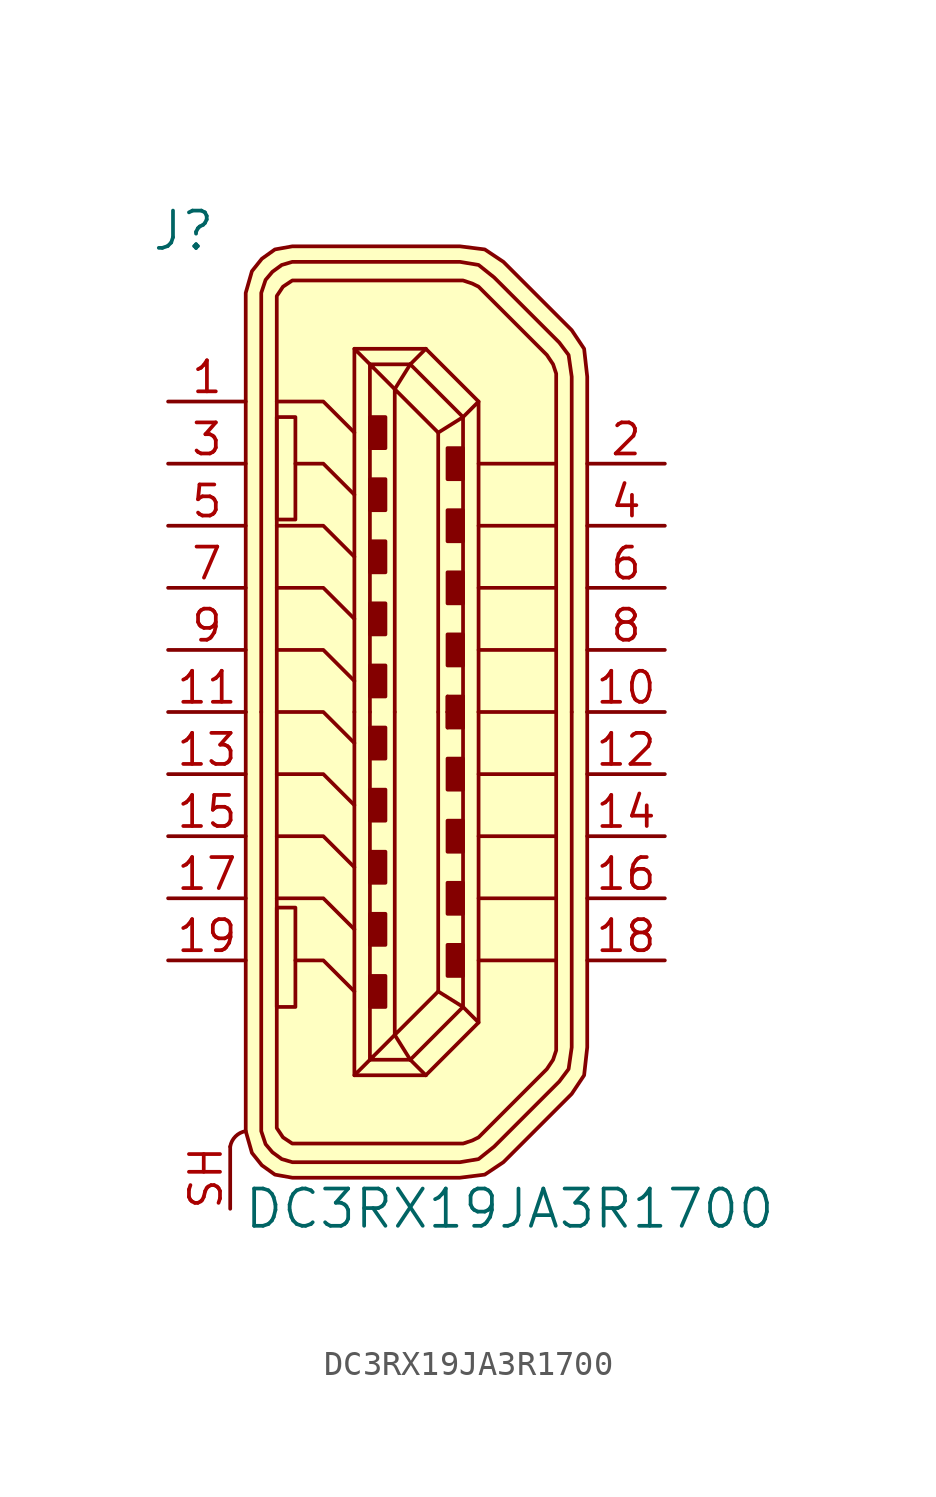
<source format=kicad_sym>
(kicad_symbol_lib
  (version 20220914)
  (generator kicad_symbol_editor)
  (symbol "DC3RX19JA3R1700"
    (pin_names
      (offset 1.016))
    (property "Reference" "J"
      (at -9.525 19.685 0)
      (effects (font (size 1.524 1.524))))
    (property "Value" "DC3RX19JA3R1700"
      (at 3.81 -20.32 0)
      (effects (font (size 1.524 1.524))))
    (symbol "DC3RX19JA3R1700_0_1"
      (arc (start -6.985 -17.145) (mid -7.4042 -17.3608) (end -7.62 -17.78) (stroke (width 0) (type default)) (fill (type none)))
      (rectangle (start -5.715 -12.065) (end -4.953 -8.001) (stroke (width 0) (type default)) (fill (type none)))
      (rectangle (start -5.715 12.065) (end -4.953 7.874) (stroke (width 0) (type default)) (fill (type none)))
      (rectangle (start -1.27 -12.065) (end -1.905 -10.795) (stroke (width 0) (type default)) (fill (type outline)))
      (rectangle (start -1.27 -9.525) (end -1.905 -8.255) (stroke (width 0) (type default)) (fill (type outline)))
      (rectangle (start -1.27 -6.985) (end -1.905 -5.715) (stroke (width 0) (type default)) (fill (type outline)))
      (rectangle (start -1.27 -4.445) (end -1.905 -3.175) (stroke (width 0) (type default)) (fill (type outline)))
      (rectangle (start -1.27 -1.905) (end -1.905 -0.635) (stroke (width 0) (type default)) (fill (type outline)))
      (rectangle (start -1.27 1.905) (end -1.905 0.635) (stroke (width 0) (type default)) (fill (type outline)))
      (rectangle (start -1.27 4.445) (end -1.905 3.175) (stroke (width 0) (type default)) (fill (type outline)))
      (rectangle (start -1.27 6.985) (end -1.905 5.715) (stroke (width 0) (type default)) (fill (type outline)))
      (rectangle (start -1.27 9.525) (end -1.905 8.255) (stroke (width 0) (type default)) (fill (type outline)))
      (rectangle (start -1.27 12.065) (end -1.905 10.795) (stroke (width 0) (type default)) (fill (type outline)))
      (polyline (pts (xy -2.54 -14.859) (xy 0.381 -14.859)) (stroke (width 0) (type default)) (fill (type none)))
      (polyline (pts (xy -2.54 14.859) (xy 0.381 14.859)) (stroke (width 0) (type default)) (fill (type none)))
      (polyline (pts (xy -0.254 -14.224) (xy -1.905 -14.224)) (stroke (width 0) (type default)) (fill (type none)))
      (polyline (pts (xy -0.254 -14.224) (xy -0.889 -13.208)) (stroke (width 0) (type default)) (fill (type none)))
      (polyline (pts (xy -0.254 -14.224) (xy 0.381 -14.859)) (stroke (width 0) (type default)) (fill (type none)))
      (polyline (pts (xy -0.254 14.224) (xy -1.905 14.224)) (stroke (width 0) (type default)) (fill (type none)))
      (polyline (pts (xy -0.254 14.224) (xy -0.889 13.208)) (stroke (width 0) (type default)) (fill (type none)))
      (polyline (pts (xy -0.254 14.224) (xy 0.381 14.859)) (stroke (width 0) (type default)) (fill (type none)))
      (polyline (pts (xy 1.905 -12.065) (xy -0.254 -14.224)) (stroke (width 0) (type default)) (fill (type none)))
      (polyline (pts (xy 1.905 12.065) (xy -0.254 14.224)) (stroke (width 0) (type default)) (fill (type none)))
      (polyline (pts (xy 2.54 -12.7) (xy 0.381 -14.859)) (stroke (width 0) (type default)) (fill (type none)))
      (polyline (pts (xy 2.54 12.7) (xy 0.381 14.859)) (stroke (width 0) (type default)) (fill (type none)))
      (polyline (pts (xy -2.54 -11.43) (xy -3.81 -10.16) (xy -4.953 -10.16)) (stroke (width 0) (type default)) (fill (type none)))
      (polyline (pts (xy -2.54 -8.89) (xy -3.81 -7.62) (xy -5.715 -7.62)) (stroke (width 0) (type default)) (fill (type none)))
      (polyline (pts (xy -2.54 -6.35) (xy -3.81 -5.08) (xy -5.715 -5.08)) (stroke (width 0) (type default)) (fill (type none)))
      (polyline (pts (xy -2.54 -3.81) (xy -3.81 -2.54) (xy -5.715 -2.54)) (stroke (width 0) (type default)) (fill (type none)))
      (polyline (pts (xy -2.54 -1.27) (xy -3.81 0) (xy -5.715 0)) (stroke (width 0) (type default)) (fill (type none)))
      (polyline (pts (xy -2.54 0) (xy -2.54 -14.859) (xy -1.778 -14.097)) (stroke (width 0) (type default)) (fill (type none)))
      (polyline (pts (xy -2.54 0) (xy -2.54 14.859) (xy -1.778 14.097)) (stroke (width 0) (type default)) (fill (type none)))
      (polyline (pts (xy -2.54 1.27) (xy -3.81 2.54) (xy -5.715 2.54)) (stroke (width 0) (type default)) (fill (type none)))
      (polyline (pts (xy -2.54 3.81) (xy -3.81 5.08) (xy -5.715 5.08)) (stroke (width 0) (type default)) (fill (type none)))
      (polyline (pts (xy -2.54 6.35) (xy -3.81 7.62) (xy -5.715 7.62)) (stroke (width 0) (type default)) (fill (type none)))
      (polyline (pts (xy -2.54 8.89) (xy -3.81 10.16) (xy -4.953 10.16)) (stroke (width 0) (type default)) (fill (type none)))
      (polyline (pts (xy -2.54 11.43) (xy -3.81 12.7) (xy -5.715 12.7)) (stroke (width 0) (type default)) (fill (type none)))
      (polyline (pts (xy -0.889 -13.208) (xy -1.905 -14.224) (xy -1.905 0)) (stroke (width 0) (type default)) (fill (type none)))
      (polyline (pts (xy -0.889 13.208) (xy -1.905 14.224) (xy -1.905 0)) (stroke (width 0) (type default)) (fill (type none)))
      (polyline (pts (xy 0.889 -11.43) (xy -0.889 -13.208) (xy -0.889 0)) (stroke (width 0) (type default)) (fill (type none)))
      (polyline (pts (xy 0.889 11.43) (xy -0.889 13.208) (xy -0.889 0)) (stroke (width 0) (type default)) (fill (type none)))
      (polyline (pts (xy 2.54 0) (xy 2.54 -12.7) (xy 1.905 -12.065)) (stroke (width 0) (type default)) (fill (type none)))
      (polyline (pts (xy 2.54 0) (xy 2.54 12.7) (xy 1.905 12.065)) (stroke (width 0) (type default)) (fill (type none)))
      (polyline (pts (xy 5.715 -10.16) (xy 3.81 -10.16) (xy 2.54 -10.16)) (stroke (width 0) (type default)) (fill (type none)))
      (polyline (pts (xy 5.715 -7.62) (xy 3.81 -7.62) (xy 2.54 -7.62)) (stroke (width 0) (type default)) (fill (type none)))
      (polyline (pts (xy 5.715 -5.08) (xy 3.81 -5.08) (xy 2.54 -5.08)) (stroke (width 0) (type default)) (fill (type none)))
      (polyline (pts (xy 5.715 -2.54) (xy 3.81 -2.54) (xy 2.54 -2.54)) (stroke (width 0) (type default)) (fill (type none)))
      (polyline (pts (xy 5.715 0) (xy 3.81 0) (xy 2.54 0)) (stroke (width 0) (type default)) (fill (type none)))
      (polyline (pts (xy 5.715 2.54) (xy 3.81 2.54) (xy 2.54 2.54)) (stroke (width 0) (type default)) (fill (type none)))
      (polyline (pts (xy 5.715 5.08) (xy 3.81 5.08) (xy 2.54 5.08)) (stroke (width 0) (type default)) (fill (type none)))
      (polyline (pts (xy 5.715 7.62) (xy 3.81 7.62) (xy 2.54 7.62)) (stroke (width 0) (type default)) (fill (type none)))
      (polyline (pts (xy 5.715 10.16) (xy 3.81 10.16) (xy 2.54 10.16)) (stroke (width 0) (type default)) (fill (type none)))
      (polyline (pts (xy 0.889 0) (xy 0.889 -11.43) (xy 1.905 -12.065) (xy 1.905 0)) (stroke (width 0) (type default)) (fill (type none)))
      (polyline (pts (xy 0.889 0) (xy 0.889 11.43) (xy 1.905 12.065) (xy 1.905 0)) (stroke (width 0) (type default)) (fill (type none)))
      (polyline (pts (xy 5.715 0) (xy 5.715 -13.843) (xy 5.588 -14.224) (xy 5.334 -14.605) (xy 2.54 -17.399) (xy 2.286 -17.526) (xy 1.905 -17.653) (xy -5.08 -17.653) (xy -5.461 -17.399) (xy -5.715 -17.018) (xy -5.715 0)) (stroke (width 0) (type default)) (fill (type none)))
      (polyline (pts (xy 5.715 0) (xy 5.715 13.843) (xy 5.588 14.224) (xy 5.334 14.605) (xy 2.54 17.399) (xy 2.286 17.526) (xy 1.905 17.653) (xy -5.08 17.653) (xy -5.461 17.399) (xy -5.715 17.018) (xy -5.715 0)) (stroke (width 0) (type default)) (fill (type none)))
      (polyline (pts (xy -6.985 0) (xy -6.985 -17.145) (xy -6.731 -18.034) (xy -6.325 -18.542) (xy -5.791 -18.923) (xy -5.08 -19.05) (xy 1.778 -19.05) (xy 2.794 -18.923) (xy 3.556 -18.415) (xy 6.35 -15.621) (xy 6.858 -14.859) (xy 6.985 -13.716) (xy 6.985 0)) (stroke (width 0) (type default)) (fill (type background)))
      (polyline (pts (xy -6.985 0) (xy -6.985 17.145) (xy -6.731 18.034) (xy -6.325 18.542) (xy -5.791 18.923) (xy -5.08 19.05) (xy 1.778 19.05) (xy 2.794 18.923) (xy 3.556 18.415) (xy 6.35 15.621) (xy 6.858 14.859) (xy 6.985 13.716) (xy 6.985 0)) (stroke (width 0) (type default)) (fill (type background)))
      (polyline (pts (xy 6.35 0) (xy 6.35 -13.716) (xy 6.223 -14.605) (xy 5.842 -15.113) (xy 3.175 -17.78) (xy 2.54 -18.288) (xy 1.778 -18.415) (xy -5.08 -18.415) (xy -5.512 -18.288) (xy -5.893 -18.009) (xy -6.172 -17.678) (xy -6.35 -17.145) (xy -6.35 0)) (stroke (width 0) (type default)) (fill (type none)))
      (polyline (pts (xy 6.35 0) (xy 6.35 13.716) (xy 6.223 14.605) (xy 5.842 15.113) (xy 3.175 17.78) (xy 2.54 18.288) (xy 1.778 18.415) (xy -5.08 18.415) (xy -5.512 18.288) (xy -5.893 18.009) (xy -6.172 17.678) (xy -6.35 17.145) (xy -6.35 0)) (stroke (width 0) (type default)) (fill (type none)))
      (rectangle (start 1.27 0) (end 1.27 -0.635) (stroke (width 0) (type default)) (fill (type none)))
      (rectangle (start 1.27 0) (end 1.27 0) (stroke (width 0) (type default)) (fill (type none)))
      (rectangle (start 1.27 0) (end 1.27 0.635) (stroke (width 0) (type default)) (fill (type none)))
      (rectangle (start 1.27 0) (end 1.905 -0.635) (stroke (width 0) (type default)) (fill (type outline)))
      (rectangle (start 1.27 0) (end 1.905 0.635) (stroke (width 0) (type default)) (fill (type outline)))
      (rectangle (start 1.905 -10.795) (end 1.27 -9.525) (stroke (width 0) (type default)) (fill (type outline)))
      (rectangle (start 1.905 -8.255) (end 1.27 -6.985) (stroke (width 0) (type default)) (fill (type outline)))
      (rectangle (start 1.905 -5.715) (end 1.27 -4.445) (stroke (width 0) (type default)) (fill (type outline)))
      (rectangle (start 1.905 -3.175) (end 1.27 -1.905) (stroke (width 0) (type default)) (fill (type outline)))
      (rectangle (start 1.905 -0.635) (end 1.905 -0.635) (stroke (width 0) (type default)) (fill (type none)))
      (rectangle (start 1.905 -0.635) (end 1.905 0) (stroke (width 0) (type default)) (fill (type none)))
      (rectangle (start 1.905 0.635) (end 1.905 0) (stroke (width 0) (type default)) (fill (type none)))
      (rectangle (start 1.905 0.635) (end 1.905 0.635) (stroke (width 0) (type default)) (fill (type none)))
      (rectangle (start 1.905 3.175) (end 1.27 1.905) (stroke (width 0) (type default)) (fill (type outline)))
      (rectangle (start 1.905 5.715) (end 1.27 4.445) (stroke (width 0) (type default)) (fill (type outline)))
      (rectangle (start 1.905 8.255) (end 1.27 6.985) (stroke (width 0) (type default)) (fill (type outline)))
      (rectangle (start 1.905 10.795) (end 1.27 9.525) (stroke (width 0) (type default)) (fill (type outline))))
    (symbol "DC3RX19JA3R1700_1_1"
      (pin passive line (at -10.16 12.7 0) (length 3.175) (name "~" (effects (font (size 1.27 1.27)))) (number "1" (effects (font (size 1.27 1.27)))))
      (pin passive line (at 10.16 0 180) (length 3.175) (name "~" (effects (font (size 1.27 1.27)))) (number "10" (effects (font (size 1.27 1.27)))))
      (pin passive line (at -10.16 0 0) (length 3.175) (name "~" (effects (font (size 1.27 1.27)))) (number "11" (effects (font (size 1.27 1.27)))))
      (pin passive line (at 10.16 -2.54 180) (length 3.175) (name "~" (effects (font (size 1.27 1.27)))) (number "12" (effects (font (size 1.27 1.27)))))
      (pin passive line (at -10.16 -2.54 0) (length 3.175) (name "~" (effects (font (size 1.27 1.27)))) (number "13" (effects (font (size 1.27 1.27)))))
      (pin passive line (at 10.16 -5.08 180) (length 3.175) (name "~" (effects (font (size 1.27 1.27)))) (number "14" (effects (font (size 1.27 1.27)))))
      (pin passive line (at -10.16 -5.08 0) (length 3.175) (name "~" (effects (font (size 1.27 1.27)))) (number "15" (effects (font (size 1.27 1.27)))))
      (pin passive line (at 10.16 -7.62 180) (length 3.175) (name "~" (effects (font (size 1.27 1.27)))) (number "16" (effects (font (size 1.27 1.27)))))
      (pin passive line (at -10.16 -7.62 0) (length 3.175) (name "~" (effects (font (size 1.27 1.27)))) (number "17" (effects (font (size 1.27 1.27)))))
      (pin passive line (at 10.16 -10.16 180) (length 3.175) (name "~" (effects (font (size 1.27 1.27)))) (number "18" (effects (font (size 1.27 1.27)))))
      (pin passive line (at -10.16 -10.16 0) (length 3.175) (name "~" (effects (font (size 1.27 1.27)))) (number "19" (effects (font (size 1.27 1.27)))))
      (pin passive line (at 10.16 10.16 180) (length 3.175) (name "~" (effects (font (size 1.27 1.27)))) (number "2" (effects (font (size 1.27 1.27)))))
      (pin passive line (at -10.16 10.16 0) (length 3.175) (name "~" (effects (font (size 1.27 1.27)))) (number "3" (effects (font (size 1.27 1.27)))))
      (pin passive line (at 10.16 7.62 180) (length 3.175) (name "~" (effects (font (size 1.27 1.27)))) (number "4" (effects (font (size 1.27 1.27)))))
      (pin passive line (at -10.16 7.62 0) (length 3.175) (name "~" (effects (font (size 1.27 1.27)))) (number "5" (effects (font (size 1.27 1.27)))))
      (pin passive line (at 10.16 5.08 180) (length 3.175) (name "~" (effects (font (size 1.27 1.27)))) (number "6" (effects (font (size 1.27 1.27)))))
      (pin passive line (at -10.16 5.08 0) (length 3.175) (name "~" (effects (font (size 1.27 1.27)))) (number "7" (effects (font (size 1.27 1.27)))))
      (pin passive line (at 10.16 2.54 180) (length 3.175) (name "~" (effects (font (size 1.27 1.27)))) (number "8" (effects (font (size 1.27 1.27)))))
      (pin passive line (at -10.16 2.54 0) (length 3.175) (name "~" (effects (font (size 1.27 1.27)))) (number "9" (effects (font (size 1.27 1.27)))))
      (pin input line (at -7.62 -20.32 90) (length 2.54) (name "~" (effects (font (size 1.27 1.27)))) (number "SH" (effects (font (size 1.27 1.27))))))))
</source>
